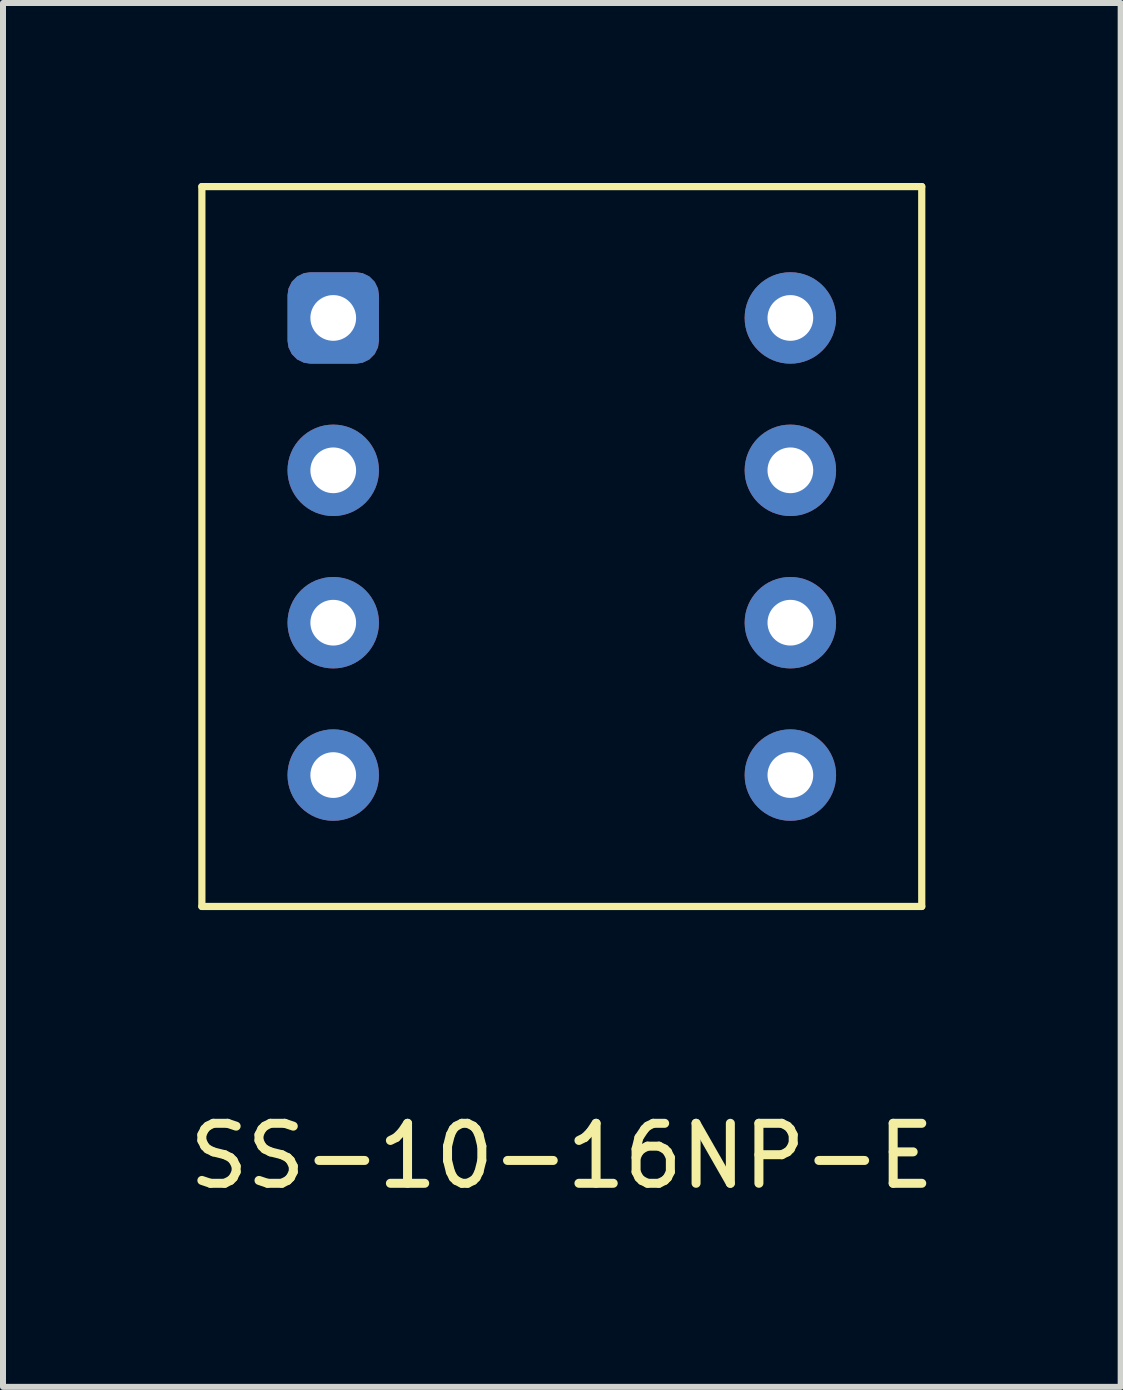
<source format=kicad_pcb>
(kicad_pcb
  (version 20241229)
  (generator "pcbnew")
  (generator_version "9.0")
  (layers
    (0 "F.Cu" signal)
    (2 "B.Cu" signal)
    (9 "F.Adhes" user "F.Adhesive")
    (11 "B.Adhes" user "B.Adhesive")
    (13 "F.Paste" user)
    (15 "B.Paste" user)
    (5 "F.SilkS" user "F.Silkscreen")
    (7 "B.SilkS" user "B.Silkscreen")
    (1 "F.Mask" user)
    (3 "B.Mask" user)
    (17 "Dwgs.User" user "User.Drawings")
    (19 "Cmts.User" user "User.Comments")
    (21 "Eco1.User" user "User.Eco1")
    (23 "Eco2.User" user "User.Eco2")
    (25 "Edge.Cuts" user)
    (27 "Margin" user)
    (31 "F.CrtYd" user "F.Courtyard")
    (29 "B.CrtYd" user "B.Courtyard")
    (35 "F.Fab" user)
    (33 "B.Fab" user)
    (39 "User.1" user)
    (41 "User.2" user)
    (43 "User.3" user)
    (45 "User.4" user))
  (footprint "SS-10-16NP-E"
    (layer "F.Cu")
    (at 6.315 6.06)
    (property "Reference" "SS-10-16NP-E" (at 0 10.16 0) (layer "F.SilkS") (effects (font (size 1 1) (thickness 0.15))))
    (attr through_hole)
    (fp_line (start -6 -6) (end 6 -6) (stroke (width 0.12) (type solid)) (layer "F.SilkS"))
    (fp_line (start -6 6) (end -6 -6) (stroke (width 0.12) (type solid)) (layer "F.SilkS"))
    (fp_line (start 6 -6) (end 6 6) (stroke (width 0.12) (type solid)) (layer "F.SilkS"))
    (fp_line (start 6 6) (end -6 6) (stroke (width 0.12) (type solid)) (layer "F.SilkS"))
    (pad "1" thru_hole roundrect (at -3.81 -3.81) (size 1.524 1.524) (drill 0.762) (layers "*.Cu" "*.Mask") (roundrect_rratio 0.25))
    (pad "2" thru_hole circle (at -3.81 1.27) (size 1.524 1.524) (drill 0.762) (layers "*.Cu" "*.Mask"))
    (pad "3" thru_hole circle (at -3.81 3.81) (size 1.524 1.524) (drill 0.762) (layers "*.Cu" "*.Mask"))
    (pad "4" thru_hole circle (at 3.81 -3.81) (size 1.524 1.524) (drill 0.762) (layers "*.Cu" "*.Mask"))
    (pad "5" thru_hole circle (at 3.81 -1.27) (size 1.524 1.524) (drill 0.762) (layers "*.Cu" "*.Mask"))
    (pad "6" thru_hole circle (at 3.81 3.81) (size 1.524 1.524) (drill 0.762) (layers "*.Cu" "*.Mask"))
    (pad "C" thru_hole circle (at -3.81 -1.27) (size 1.524 1.524) (drill 0.762) (layers "*.Cu" "*.Mask"))
    (pad "C" thru_hole circle (at 3.81 1.27) (size 1.524 1.524) (drill 0.762) (layers "*.Cu" "*.Mask")))
  (gr_rect
    (start -3 -3)
    (end 15.631 20.068)
    (stroke (width 0.1) (type default))
    (fill no)
    (layer "Edge.Cuts")))
</source>
